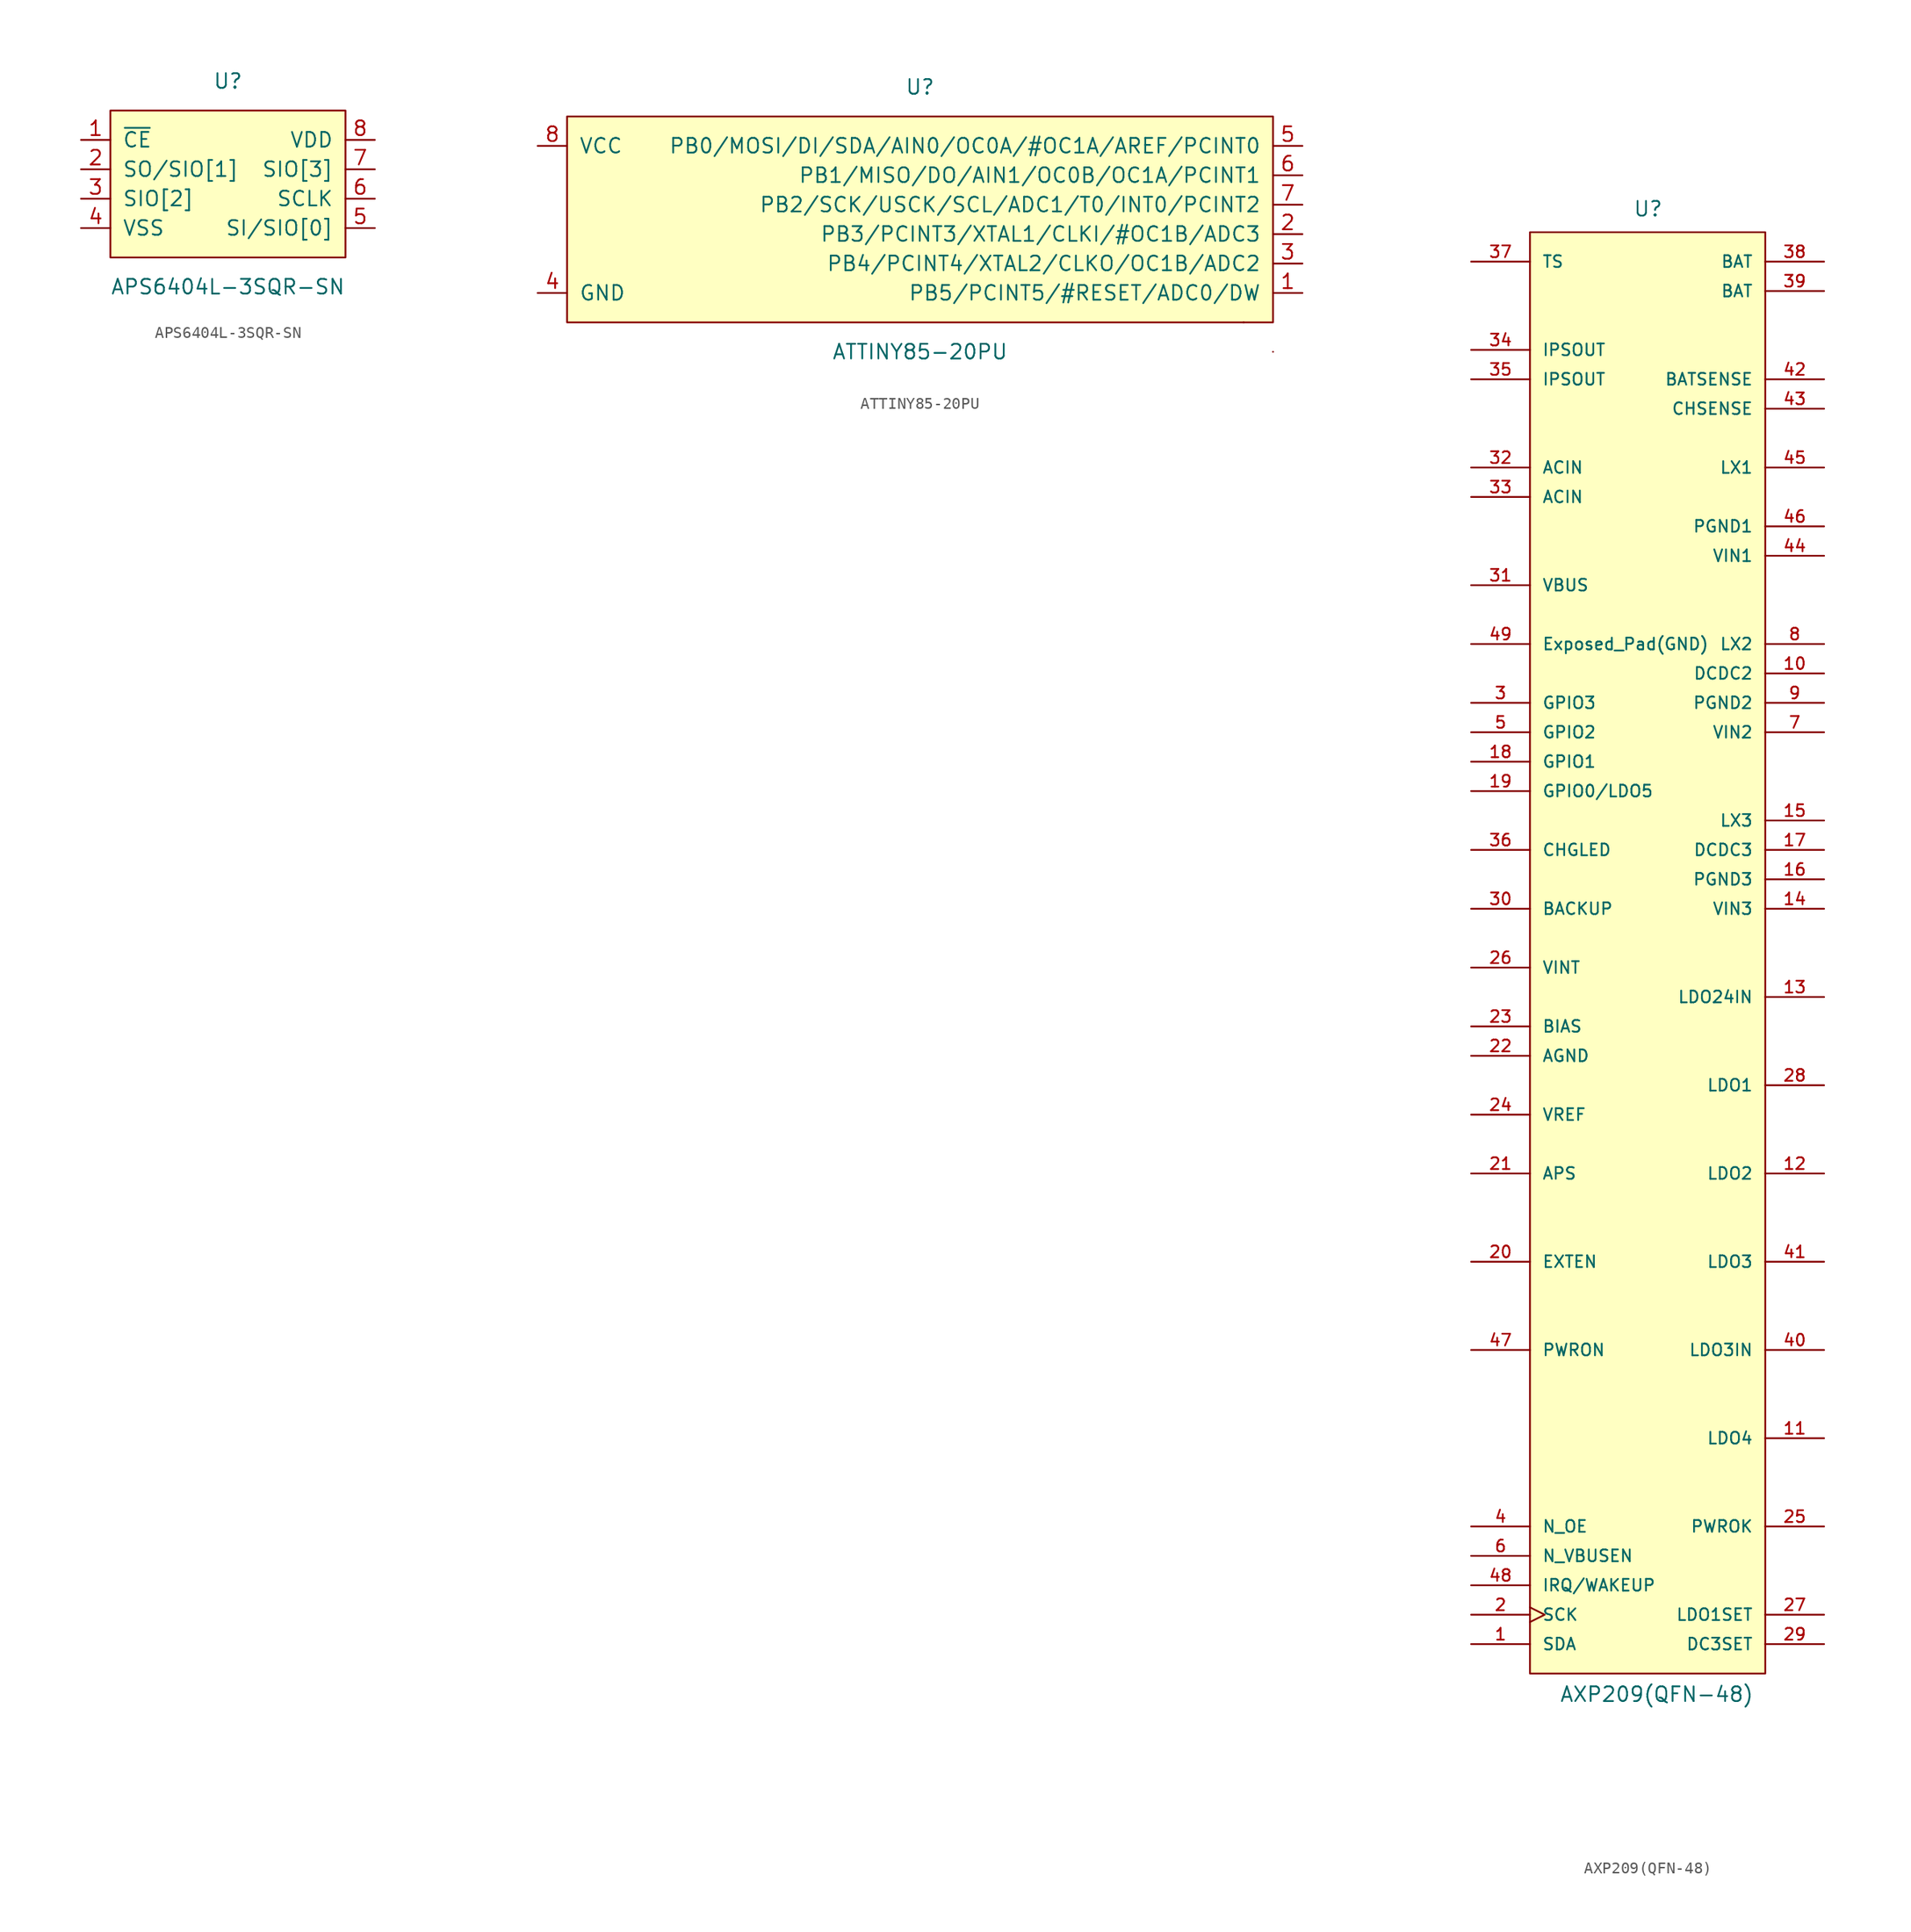
<source format=kicad_sym>
(kicad_symbol_lib
  (version 20220914)
  (generator kicad_symbol_editor)
  (symbol "APS6404L-3SQR-SN"
    (pin_names
      (offset 1.016))
    (property "Reference" "U"
      (at 0 7.62 0)
      (effects (font (size 1.27 1.27))))
    (property "Value" "APS6404L-3SQR-SN"
      (at 0 -10.16 0)
      (effects (font (size 1.27 1.27))))
    (symbol "APS6404L-3SQR-SN_0_1"
      (rectangle (start -10.16 5.08) (end 10.16 -7.62) (stroke (width 0) (type solid)) (fill (type background))))
    (symbol "APS6404L-3SQR-SN_1_1"
      (pin input line (at -12.7 2.54 0) (length 2.54) (name "~{CE}" (effects (font (size 1.27 1.27)))) (number "1" (effects (font (size 1.27 1.27)))))
      (pin bidirectional line (at -12.7 0 0) (length 2.54) (name "SO/SIO[1]" (effects (font (size 1.27 1.27)))) (number "2" (effects (font (size 1.27 1.27)))))
      (pin bidirectional line (at -12.7 -2.54 0) (length 2.54) (name "SIO[2]" (effects (font (size 1.27 1.27)))) (number "3" (effects (font (size 1.27 1.27)))))
      (pin power_in line (at -12.7 -5.08 0) (length 2.54) (name "VSS" (effects (font (size 1.27 1.27)))) (number "4" (effects (font (size 1.27 1.27)))))
      (pin bidirectional line (at 12.7 -5.08 180) (length 2.54) (name "SI/SIO[0]" (effects (font (size 1.27 1.27)))) (number "5" (effects (font (size 1.27 1.27)))))
      (pin input line (at 12.7 -2.54 180) (length 2.54) (name "SCLK" (effects (font (size 1.27 1.27)))) (number "6" (effects (font (size 1.27 1.27)))))
      (pin bidirectional line (at 12.7 0 180) (length 2.54) (name "SIO[3]" (effects (font (size 1.27 1.27)))) (number "7" (effects (font (size 1.27 1.27)))))
      (pin power_in line (at 12.7 2.54 180) (length 2.54) (name "VDD" (effects (font (size 1.27 1.27)))) (number "8" (effects (font (size 1.27 1.27)))))))
  (symbol "ATTINY85-20PU"
    (pin_names
      (offset 1.016))
    (property "Reference" "U"
      (at 0 10.16 0)
      (effects (font (size 1.27 1.27))))
    (property "Value" "ATTINY85-20PU"
      (at 0 -12.7 0)
      (effects (font (size 1.27 1.27))))
    (symbol "ATTINY85-20PU_0_1"
      (rectangle (start -30.48 7.62) (end 30.48 -10.16) (stroke (width 0) (type solid)) (fill (type background)))
      (rectangle (start 27.94 -10.16) (end 27.94 -10.16) (stroke (width 0) (type solid)) (fill (type none)))
      (rectangle (start 27.94 -10.16) (end 27.94 -10.16) (stroke (width 0) (type solid)) (fill (type none)))
      (rectangle (start 30.48 -12.7) (end 30.48 -12.7) (stroke (width 0) (type solid)) (fill (type none))))
    (symbol "ATTINY85-20PU_1_1"
      (pin bidirectional line (at 33.02 -7.62 180) (length 2.54) (name "PB5/PCINT5/#RESET/ADC0/DW" (effects (font (size 1.27 1.27)))) (number "1" (effects (font (size 1.27 1.27)))))
      (pin bidirectional line (at 33.02 -2.54 180) (length 2.54) (name "PB3/PCINT3/XTAL1/CLKI/#OC1B/ADC3" (effects (font (size 1.27 1.27)))) (number "2" (effects (font (size 1.27 1.27)))))
      (pin bidirectional line (at 33.02 -5.08 180) (length 2.54) (name "PB4/PCINT4/XTAL2/CLKO/OC1B/ADC2" (effects (font (size 1.27 1.27)))) (number "3" (effects (font (size 1.27 1.27)))))
      (pin power_in line (at -33.02 -7.62 0) (length 2.54) (name "GND" (effects (font (size 1.27 1.27)))) (number "4" (effects (font (size 1.27 1.27)))))
      (pin bidirectional line (at 33.02 5.08 180) (length 2.54) (name "PB0/MOSI/DI/SDA/AIN0/OC0A/#OC1A/AREF/PCINT0" (effects (font (size 1.27 1.27)))) (number "5" (effects (font (size 1.27 1.27)))))
      (pin bidirectional line (at 33.02 2.54 180) (length 2.54) (name "PB1/MISO/DO/AIN1/OC0B/OC1A/PCINT1" (effects (font (size 1.27 1.27)))) (number "6" (effects (font (size 1.27 1.27)))))
      (pin bidirectional line (at 33.02 0 180) (length 2.54) (name "PB2/SCK/USCK/SCL/ADC1/T0/INT0/PCINT2" (effects (font (size 1.27 1.27)))) (number "7" (effects (font (size 1.27 1.27)))))
      (pin power_in line (at -33.02 5.08 0) (length 2.54) (name "VCC" (effects (font (size 1.27 1.27)))) (number "8" (effects (font (size 1.27 1.27)))))))
  (symbol "AXP209(QFN-48)"
    (pin_names
      (offset 1.016))
    (property "Reference" "U"
      (at -1.27 62.23 0)
      (effects (font (size 1.27 1.27)) (justify left bottom)))
    (property "Value" "AXP209(QFN-48)"
      (at -7.62 -66.04 0)
      (effects (font (size 1.27 1.27)) (justify left bottom)))
    (symbol "AXP209(QFN-48)_1_1"
      (rectangle (start 10.16 -63.5) (end -10.16 60.96) (stroke (width 0) (type solid)) (fill (type background)))
      (pin bidirectional line (at -15.24 -60.96 0) (length 5.08) (name "SDA" (effects (font (size 1.016 1.016)))) (number "1" (effects (font (size 1.016 1.016)))))
      (pin input line (at 15.24 22.86 180) (length 5.08) (name "DCDC2" (effects (font (size 1.016 1.016)))) (number "10" (effects (font (size 1.016 1.016)))))
      (pin power_out line (at 15.24 -43.18 180) (length 5.08) (name "LDO4" (effects (font (size 1.016 1.016)))) (number "11" (effects (font (size 1.016 1.016)))))
      (pin power_out line (at 15.24 -20.32 180) (length 5.08) (name "LDO2" (effects (font (size 1.016 1.016)))) (number "12" (effects (font (size 1.016 1.016)))))
      (pin power_in line (at 15.24 -5.08 180) (length 5.08) (name "LDO24IN" (effects (font (size 1.016 1.016)))) (number "13" (effects (font (size 1.016 1.016)))))
      (pin power_in line (at 15.24 2.54 180) (length 5.08) (name "VIN3" (effects (font (size 1.016 1.016)))) (number "14" (effects (font (size 1.016 1.016)))))
      (pin bidirectional line (at 15.24 10.16 180) (length 5.08) (name "LX3" (effects (font (size 1.016 1.016)))) (number "15" (effects (font (size 1.016 1.016)))))
      (pin power_in line (at 15.24 5.08 180) (length 5.08) (name "PGND3" (effects (font (size 1.016 1.016)))) (number "16" (effects (font (size 1.016 1.016)))))
      (pin input line (at 15.24 7.62 180) (length 5.08) (name "DCDC3" (effects (font (size 1.016 1.016)))) (number "17" (effects (font (size 1.016 1.016)))))
      (pin bidirectional line (at -15.24 15.24 0) (length 5.08) (name "GPIO1" (effects (font (size 1.016 1.016)))) (number "18" (effects (font (size 1.016 1.016)))))
      (pin bidirectional line (at -15.24 12.7 0) (length 5.08) (name "GPIO0/LDO5" (effects (font (size 1.016 1.016)))) (number "19" (effects (font (size 1.016 1.016)))))
      (pin input clock (at -15.24 -58.42 0) (length 5.08) (name "SCK" (effects (font (size 1.016 1.016)))) (number "2" (effects (font (size 1.016 1.016)))))
      (pin output line (at -15.24 -27.94 0) (length 5.08) (name "EXTEN" (effects (font (size 1.016 1.016)))) (number "20" (effects (font (size 1.016 1.016)))))
      (pin power_in line (at -15.24 -20.32 0) (length 5.08) (name "APS" (effects (font (size 1.016 1.016)))) (number "21" (effects (font (size 1.016 1.016)))))
      (pin power_in line (at -15.24 -10.16 0) (length 5.08) (name "AGND" (effects (font (size 1.016 1.016)))) (number "22" (effects (font (size 1.016 1.016)))))
      (pin passive line (at -15.24 -7.62 0) (length 5.08) (name "BIAS" (effects (font (size 1.016 1.016)))) (number "23" (effects (font (size 1.016 1.016)))))
      (pin output line (at -15.24 -15.24 0) (length 5.08) (name "VREF" (effects (font (size 1.016 1.016)))) (number "24" (effects (font (size 1.016 1.016)))))
      (pin output line (at 15.24 -50.8 180) (length 5.08) (name "PWROK" (effects (font (size 1.016 1.016)))) (number "25" (effects (font (size 1.016 1.016)))))
      (pin power_in line (at -15.24 -2.54 0) (length 5.08) (name "VINT" (effects (font (size 1.016 1.016)))) (number "26" (effects (font (size 1.016 1.016)))))
      (pin input line (at 15.24 -58.42 180) (length 5.08) (name "LDO1SET" (effects (font (size 1.016 1.016)))) (number "27" (effects (font (size 1.016 1.016)))))
      (pin power_out line (at 15.24 -12.7 180) (length 5.08) (name "LDO1" (effects (font (size 1.016 1.016)))) (number "28" (effects (font (size 1.016 1.016)))))
      (pin input line (at 15.24 -60.96 180) (length 5.08) (name "DC3SET" (effects (font (size 1.016 1.016)))) (number "29" (effects (font (size 1.016 1.016)))))
      (pin bidirectional line (at -15.24 20.32 0) (length 5.08) (name "GPIO3" (effects (font (size 1.016 1.016)))) (number "3" (effects (font (size 1.016 1.016)))))
      (pin bidirectional line (at -15.24 2.54 0) (length 5.08) (name "BACKUP" (effects (font (size 1.016 1.016)))) (number "30" (effects (font (size 1.016 1.016)))))
      (pin power_in line (at -15.24 30.48 0) (length 5.08) (name "VBUS" (effects (font (size 1.016 1.016)))) (number "31" (effects (font (size 1.016 1.016)))))
      (pin power_in line (at -15.24 40.64 0) (length 5.08) (name "ACIN" (effects (font (size 1.016 1.016)))) (number "32" (effects (font (size 1.016 1.016)))))
      (pin power_in line (at -15.24 38.1 0) (length 5.08) (name "ACIN" (effects (font (size 1.016 1.016)))) (number "33" (effects (font (size 1.016 1.016)))))
      (pin power_out line (at -15.24 50.8 0) (length 5.08) (name "IPSOUT" (effects (font (size 1.016 1.016)))) (number "34" (effects (font (size 1.016 1.016)))))
      (pin power_in line (at -15.24 48.26 0) (length 5.08) (name "IPSOUT" (effects (font (size 1.016 1.016)))) (number "35" (effects (font (size 1.016 1.016)))))
      (pin output line (at -15.24 7.62 0) (length 5.08) (name "CHGLED" (effects (font (size 1.016 1.016)))) (number "36" (effects (font (size 1.016 1.016)))))
      (pin input line (at -15.24 58.42 0) (length 5.08) (name "TS" (effects (font (size 1.016 1.016)))) (number "37" (effects (font (size 1.016 1.016)))))
      (pin power_in line (at 15.24 58.42 180) (length 5.08) (name "BAT" (effects (font (size 1.016 1.016)))) (number "38" (effects (font (size 1.016 1.016)))))
      (pin power_in line (at 15.24 55.88 180) (length 5.08) (name "BAT" (effects (font (size 1.016 1.016)))) (number "39" (effects (font (size 1.016 1.016)))))
      (pin input line (at -15.24 -50.8 0) (length 5.08) (name "N_OE" (effects (font (size 1.016 1.016)))) (number "4" (effects (font (size 1.016 1.016)))))
      (pin power_in line (at 15.24 -35.56 180) (length 5.08) (name "LDO3IN" (effects (font (size 1.016 1.016)))) (number "40" (effects (font (size 1.016 1.016)))))
      (pin power_out line (at 15.24 -27.94 180) (length 5.08) (name "LDO3" (effects (font (size 1.016 1.016)))) (number "41" (effects (font (size 1.016 1.016)))))
      (pin input line (at 15.24 48.26 180) (length 5.08) (name "BATSENSE" (effects (font (size 1.016 1.016)))) (number "42" (effects (font (size 1.016 1.016)))))
      (pin output line (at 15.24 45.72 180) (length 5.08) (name "CHSENSE" (effects (font (size 1.016 1.016)))) (number "43" (effects (font (size 1.016 1.016)))))
      (pin power_in line (at 15.24 33.02 180) (length 5.08) (name "VIN1" (effects (font (size 1.016 1.016)))) (number "44" (effects (font (size 1.016 1.016)))))
      (pin bidirectional line (at 15.24 40.64 180) (length 5.08) (name "LX1" (effects (font (size 1.016 1.016)))) (number "45" (effects (font (size 1.016 1.016)))))
      (pin power_in line (at 15.24 35.56 180) (length 5.08) (name "PGND1" (effects (font (size 1.016 1.016)))) (number "46" (effects (font (size 1.016 1.016)))))
      (pin input line (at -15.24 -35.56 0) (length 5.08) (name "PWRON" (effects (font (size 1.016 1.016)))) (number "47" (effects (font (size 1.016 1.016)))))
      (pin bidirectional line (at -15.24 -55.88 0) (length 5.08) (name "IRQ/WAKEUP" (effects (font (size 1.016 1.016)))) (number "48" (effects (font (size 1.016 1.016)))))
      (pin power_in line (at -15.24 25.4 0) (length 5.08) (name "Exposed_Pad(GND)" (effects (font (size 1.016 1.016)))) (number "49" (effects (font (size 1.016 1.016)))))
      (pin bidirectional line (at -15.24 17.78 0) (length 5.08) (name "GPIO2" (effects (font (size 1.016 1.016)))) (number "5" (effects (font (size 1.016 1.016)))))
      (pin input line (at -15.24 -53.34 0) (length 5.08) (name "N_VBUSEN" (effects (font (size 1.016 1.016)))) (number "6" (effects (font (size 1.016 1.016)))))
      (pin power_in line (at 15.24 17.78 180) (length 5.08) (name "VIN2" (effects (font (size 1.016 1.016)))) (number "7" (effects (font (size 1.016 1.016)))))
      (pin bidirectional line (at 15.24 25.4 180) (length 5.08) (name "LX2" (effects (font (size 1.016 1.016)))) (number "8" (effects (font (size 1.016 1.016)))))
      (pin power_in line (at 15.24 20.32 180) (length 5.08) (name "PGND2" (effects (font (size 1.016 1.016)))) (number "9" (effects (font (size 1.016 1.016))))))))
</source>
